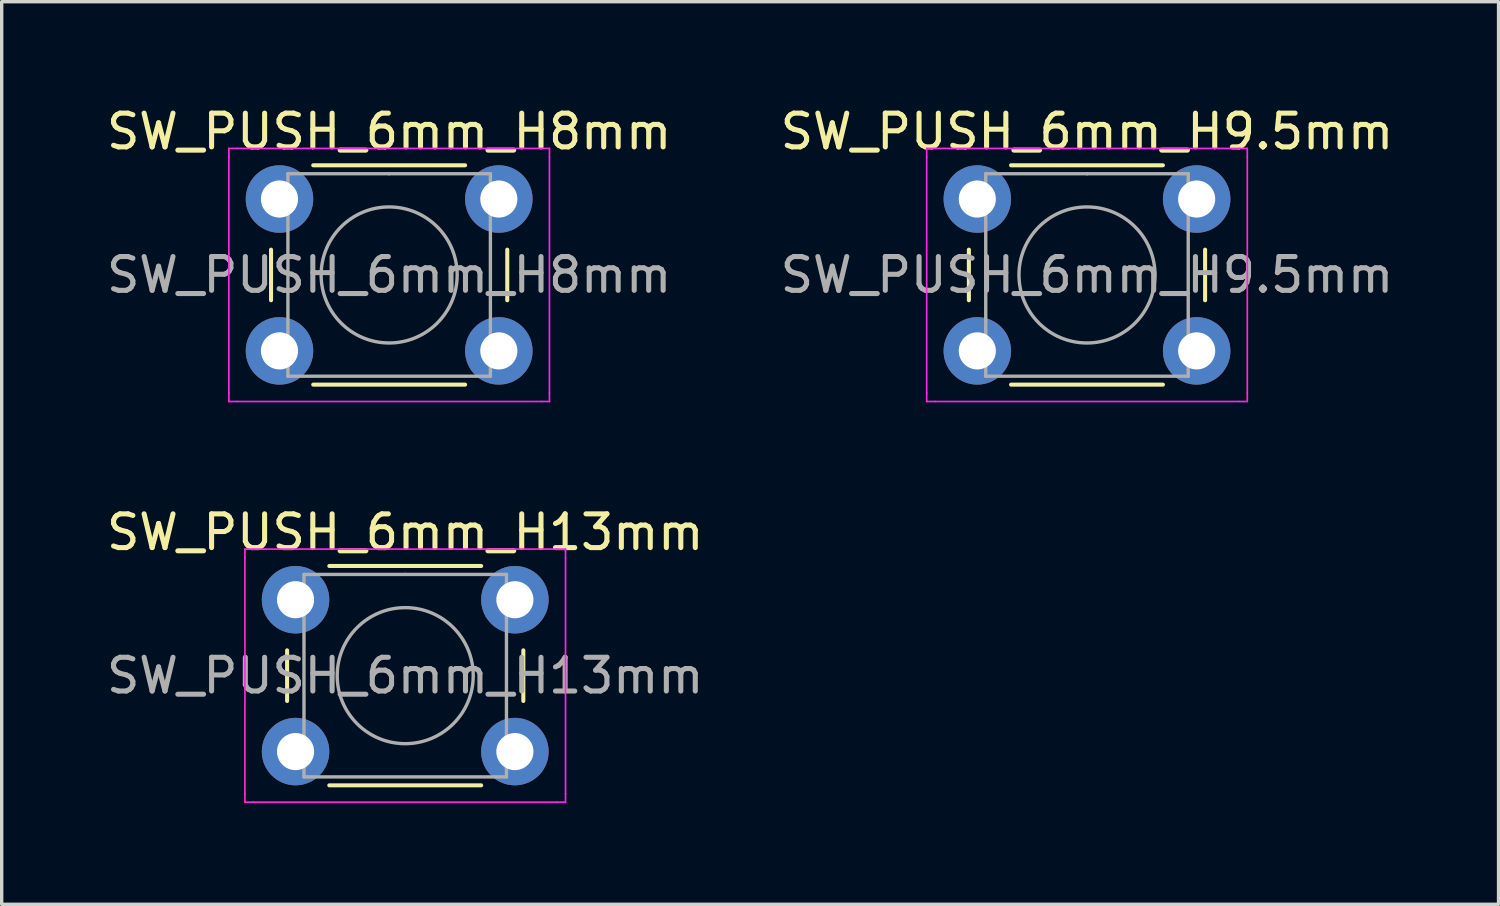
<source format=kicad_pcb>
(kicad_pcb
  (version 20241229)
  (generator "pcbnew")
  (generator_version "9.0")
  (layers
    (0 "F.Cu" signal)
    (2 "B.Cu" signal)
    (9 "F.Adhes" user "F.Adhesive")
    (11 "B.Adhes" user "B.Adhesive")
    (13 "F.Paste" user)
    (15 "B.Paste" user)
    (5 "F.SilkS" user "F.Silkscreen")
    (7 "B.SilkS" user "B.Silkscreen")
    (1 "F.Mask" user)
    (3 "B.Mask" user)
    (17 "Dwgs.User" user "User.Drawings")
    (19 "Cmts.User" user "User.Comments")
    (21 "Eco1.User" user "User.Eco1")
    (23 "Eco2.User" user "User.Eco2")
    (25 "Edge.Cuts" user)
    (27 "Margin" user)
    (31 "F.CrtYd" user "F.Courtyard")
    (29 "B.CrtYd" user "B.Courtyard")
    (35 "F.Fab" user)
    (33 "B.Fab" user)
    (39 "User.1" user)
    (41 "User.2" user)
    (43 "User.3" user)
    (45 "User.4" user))
  (footprint "SW_PUSH_6mm_H9.5mm"
    (layer "F.Cu")
    (at 25.911 2.848)
    (property "Reference" "SW_PUSH_6mm_H9.5mm" (at 3.25 -2 0) (layer "F.SilkS") (effects (font (size 1 1) (thickness 0.15))))
    (attr through_hole)
    (fp_line (start -0.25 1.5) (end -0.25 3) (stroke (width 0.12) (type solid)) (layer "F.SilkS"))
    (fp_line (start 1 5.5) (end 5.5 5.5) (stroke (width 0.12) (type solid)) (layer "F.SilkS"))
    (fp_line (start 5.5 -1) (end 1 -1) (stroke (width 0.12) (type solid)) (layer "F.SilkS"))
    (fp_line (start 6.75 3) (end 6.75 1.5) (stroke (width 0.12) (type solid)) (layer "F.SilkS"))
    (fp_line (start -1.5 -1.5) (end -1.25 -1.5) (stroke (width 0.05) (type solid)) (layer "F.CrtYd"))
    (fp_line (start -1.5 -1.25) (end -1.5 -1.5) (stroke (width 0.05) (type solid)) (layer "F.CrtYd"))
    (fp_line (start -1.5 5.75) (end -1.5 -1.25) (stroke (width 0.05) (type solid)) (layer "F.CrtYd"))
    (fp_line (start -1.5 5.75) (end -1.5 6) (stroke (width 0.05) (type solid)) (layer "F.CrtYd"))
    (fp_line (start -1.5 6) (end -1.25 6) (stroke (width 0.05) (type solid)) (layer "F.CrtYd"))
    (fp_line (start -1.25 -1.5) (end 7.75 -1.5) (stroke (width 0.05) (type solid)) (layer "F.CrtYd"))
    (fp_line (start 7.75 -1.5) (end 8 -1.5) (stroke (width 0.05) (type solid)) (layer "F.CrtYd"))
    (fp_line (start 7.75 6) (end -1.25 6) (stroke (width 0.05) (type solid)) (layer "F.CrtYd"))
    (fp_line (start 7.75 6) (end 8 6) (stroke (width 0.05) (type solid)) (layer "F.CrtYd"))
    (fp_line (start 8 -1.5) (end 8 -1.25) (stroke (width 0.05) (type solid)) (layer "F.CrtYd"))
    (fp_line (start 8 -1.25) (end 8 5.75) (stroke (width 0.05) (type solid)) (layer "F.CrtYd"))
    (fp_line (start 8 6) (end 8 5.75) (stroke (width 0.05) (type solid)) (layer "F.CrtYd"))
    (fp_line (start 0.25 -0.75) (end 3.25 -0.75) (stroke (width 0.1) (type solid)) (layer "F.Fab"))
    (fp_line (start 0.25 5.25) (end 0.25 -0.75) (stroke (width 0.1) (type solid)) (layer "F.Fab"))
    (fp_line (start 3.25 -0.75) (end 6.25 -0.75) (stroke (width 0.1) (type solid)) (layer "F.Fab"))
    (fp_line (start 6.25 -0.75) (end 6.25 5.25) (stroke (width 0.1) (type solid)) (layer "F.Fab"))
    (fp_line (start 6.25 5.25) (end 0.25 5.25) (stroke (width 0.1) (type solid)) (layer "F.Fab"))
    (fp_circle (center 3.25 2.25) (end 1.25 2.5) (stroke (width 0.1) (type solid)) (fill no) (layer "F.Fab"))
    (fp_text user "${REFERENCE}" (at 3.25 2.25 0) (layer "F.Fab") (effects (font (size 1 1) (thickness 0.15))))
    (pad "1" thru_hole circle (at 0 0 90) (size 2 2) (drill 1.1) (layers "*.Cu" "*.Mask"))
    (pad "1" thru_hole circle (at 6.5 0 90) (size 2 2) (drill 1.1) (layers "*.Cu" "*.Mask"))
    (pad "2" thru_hole circle (at 0 4.5 90) (size 2 2) (drill 1.1) (layers "*.Cu" "*.Mask"))
    (pad "2" thru_hole circle (at 6.5 4.5 90) (size 2 2) (drill 1.1) (layers "*.Cu" "*.Mask")))
  (footprint "SW_PUSH_6mm_H8mm"
    (layer "F.Cu")
    (at 5.232 2.848)
    (property "Reference" "SW_PUSH_6mm_H8mm" (at 3.25 -2 0) (layer "F.SilkS") (effects (font (size 1 1) (thickness 0.15))))
    (attr through_hole)
    (fp_line (start -0.25 1.5) (end -0.25 3) (stroke (width 0.12) (type solid)) (layer "F.SilkS"))
    (fp_line (start 1 5.5) (end 5.5 5.5) (stroke (width 0.12) (type solid)) (layer "F.SilkS"))
    (fp_line (start 5.5 -1) (end 1 -1) (stroke (width 0.12) (type solid)) (layer "F.SilkS"))
    (fp_line (start 6.75 3) (end 6.75 1.5) (stroke (width 0.12) (type solid)) (layer "F.SilkS"))
    (fp_line (start -1.5 -1.5) (end -1.25 -1.5) (stroke (width 0.05) (type solid)) (layer "F.CrtYd"))
    (fp_line (start -1.5 -1.25) (end -1.5 -1.5) (stroke (width 0.05) (type solid)) (layer "F.CrtYd"))
    (fp_line (start -1.5 5.75) (end -1.5 -1.25) (stroke (width 0.05) (type solid)) (layer "F.CrtYd"))
    (fp_line (start -1.5 5.75) (end -1.5 6) (stroke (width 0.05) (type solid)) (layer "F.CrtYd"))
    (fp_line (start -1.5 6) (end -1.25 6) (stroke (width 0.05) (type solid)) (layer "F.CrtYd"))
    (fp_line (start -1.25 -1.5) (end 7.75 -1.5) (stroke (width 0.05) (type solid)) (layer "F.CrtYd"))
    (fp_line (start 7.75 -1.5) (end 8 -1.5) (stroke (width 0.05) (type solid)) (layer "F.CrtYd"))
    (fp_line (start 7.75 6) (end -1.25 6) (stroke (width 0.05) (type solid)) (layer "F.CrtYd"))
    (fp_line (start 7.75 6) (end 8 6) (stroke (width 0.05) (type solid)) (layer "F.CrtYd"))
    (fp_line (start 8 -1.5) (end 8 -1.25) (stroke (width 0.05) (type solid)) (layer "F.CrtYd"))
    (fp_line (start 8 -1.25) (end 8 5.75) (stroke (width 0.05) (type solid)) (layer "F.CrtYd"))
    (fp_line (start 8 6) (end 8 5.75) (stroke (width 0.05) (type solid)) (layer "F.CrtYd"))
    (fp_line (start 0.25 -0.75) (end 3.25 -0.75) (stroke (width 0.1) (type solid)) (layer "F.Fab"))
    (fp_line (start 0.25 5.25) (end 0.25 -0.75) (stroke (width 0.1) (type solid)) (layer "F.Fab"))
    (fp_line (start 3.25 -0.75) (end 6.25 -0.75) (stroke (width 0.1) (type solid)) (layer "F.Fab"))
    (fp_line (start 6.25 -0.75) (end 6.25 5.25) (stroke (width 0.1) (type solid)) (layer "F.Fab"))
    (fp_line (start 6.25 5.25) (end 0.25 5.25) (stroke (width 0.1) (type solid)) (layer "F.Fab"))
    (fp_circle (center 3.25 2.25) (end 1.25 2.5) (stroke (width 0.1) (type solid)) (fill no) (layer "F.Fab"))
    (fp_text user "${REFERENCE}" (at 3.25 2.25 0) (layer "F.Fab") (effects (font (size 1 1) (thickness 0.15))))
    (pad "1" thru_hole circle (at 0 0 90) (size 2 2) (drill 1.1) (layers "*.Cu" "*.Mask"))
    (pad "1" thru_hole circle (at 6.5 0 90) (size 2 2) (drill 1.1) (layers "*.Cu" "*.Mask"))
    (pad "2" thru_hole circle (at 0 4.5 90) (size 2 2) (drill 1.1) (layers "*.Cu" "*.Mask"))
    (pad "2" thru_hole circle (at 6.5 4.5 90) (size 2 2) (drill 1.1) (layers "*.Cu" "*.Mask")))
  (footprint "SW_PUSH_6mm_H13mm"
    (layer "F.Cu")
    (at 5.708 14.722)
    (property "Reference" "SW_PUSH_6mm_H13mm" (at 3.25 -2 0) (layer "F.SilkS") (effects (font (size 1 1) (thickness 0.15))))
    (attr through_hole)
    (fp_line (start -0.25 1.5) (end -0.25 3) (stroke (width 0.12) (type solid)) (layer "F.SilkS"))
    (fp_line (start 1 5.5) (end 5.5 5.5) (stroke (width 0.12) (type solid)) (layer "F.SilkS"))
    (fp_line (start 5.5 -1) (end 1 -1) (stroke (width 0.12) (type solid)) (layer "F.SilkS"))
    (fp_line (start 6.75 3) (end 6.75 1.5) (stroke (width 0.12) (type solid)) (layer "F.SilkS"))
    (fp_line (start -1.5 -1.5) (end -1.25 -1.5) (stroke (width 0.05) (type solid)) (layer "F.CrtYd"))
    (fp_line (start -1.5 -1.25) (end -1.5 -1.5) (stroke (width 0.05) (type solid)) (layer "F.CrtYd"))
    (fp_line (start -1.5 5.75) (end -1.5 -1.25) (stroke (width 0.05) (type solid)) (layer "F.CrtYd"))
    (fp_line (start -1.5 5.75) (end -1.5 6) (stroke (width 0.05) (type solid)) (layer "F.CrtYd"))
    (fp_line (start -1.5 6) (end -1.25 6) (stroke (width 0.05) (type solid)) (layer "F.CrtYd"))
    (fp_line (start -1.25 -1.5) (end 7.75 -1.5) (stroke (width 0.05) (type solid)) (layer "F.CrtYd"))
    (fp_line (start 7.75 -1.5) (end 8 -1.5) (stroke (width 0.05) (type solid)) (layer "F.CrtYd"))
    (fp_line (start 7.75 6) (end -1.25 6) (stroke (width 0.05) (type solid)) (layer "F.CrtYd"))
    (fp_line (start 7.75 6) (end 8 6) (stroke (width 0.05) (type solid)) (layer "F.CrtYd"))
    (fp_line (start 8 -1.5) (end 8 -1.25) (stroke (width 0.05) (type solid)) (layer "F.CrtYd"))
    (fp_line (start 8 -1.25) (end 8 5.75) (stroke (width 0.05) (type solid)) (layer "F.CrtYd"))
    (fp_line (start 8 6) (end 8 5.75) (stroke (width 0.05) (type solid)) (layer "F.CrtYd"))
    (fp_line (start 0.25 -0.75) (end 3.25 -0.75) (stroke (width 0.1) (type solid)) (layer "F.Fab"))
    (fp_line (start 0.25 5.25) (end 0.25 -0.75) (stroke (width 0.1) (type solid)) (layer "F.Fab"))
    (fp_line (start 3.25 -0.75) (end 6.25 -0.75) (stroke (width 0.1) (type solid)) (layer "F.Fab"))
    (fp_line (start 6.25 -0.75) (end 6.25 5.25) (stroke (width 0.1) (type solid)) (layer "F.Fab"))
    (fp_line (start 6.25 5.25) (end 0.25 5.25) (stroke (width 0.1) (type solid)) (layer "F.Fab"))
    (fp_circle (center 3.25 2.25) (end 1.25 2.5) (stroke (width 0.1) (type solid)) (fill no) (layer "F.Fab"))
    (fp_text user "${REFERENCE}" (at 3.25 2.25 0) (layer "F.Fab") (effects (font (size 1 1) (thickness 0.15))))
    (pad "1" thru_hole circle (at 0 0 90) (size 2 2) (drill 1.1) (layers "*.Cu" "*.Mask"))
    (pad "1" thru_hole circle (at 6.5 0 90) (size 2 2) (drill 1.1) (layers "*.Cu" "*.Mask"))
    (pad "2" thru_hole circle (at 0 4.5 90) (size 2 2) (drill 1.1) (layers "*.Cu" "*.Mask"))
    (pad "2" thru_hole circle (at 6.5 4.5 90) (size 2 2) (drill 1.1) (layers "*.Cu" "*.Mask")))
  (gr_rect
    (start -3 -3)
    (end 41.357 23.747)
    (stroke (width 0.1) (type default))
    (fill no)
    (layer "Edge.Cuts")))
</source>
